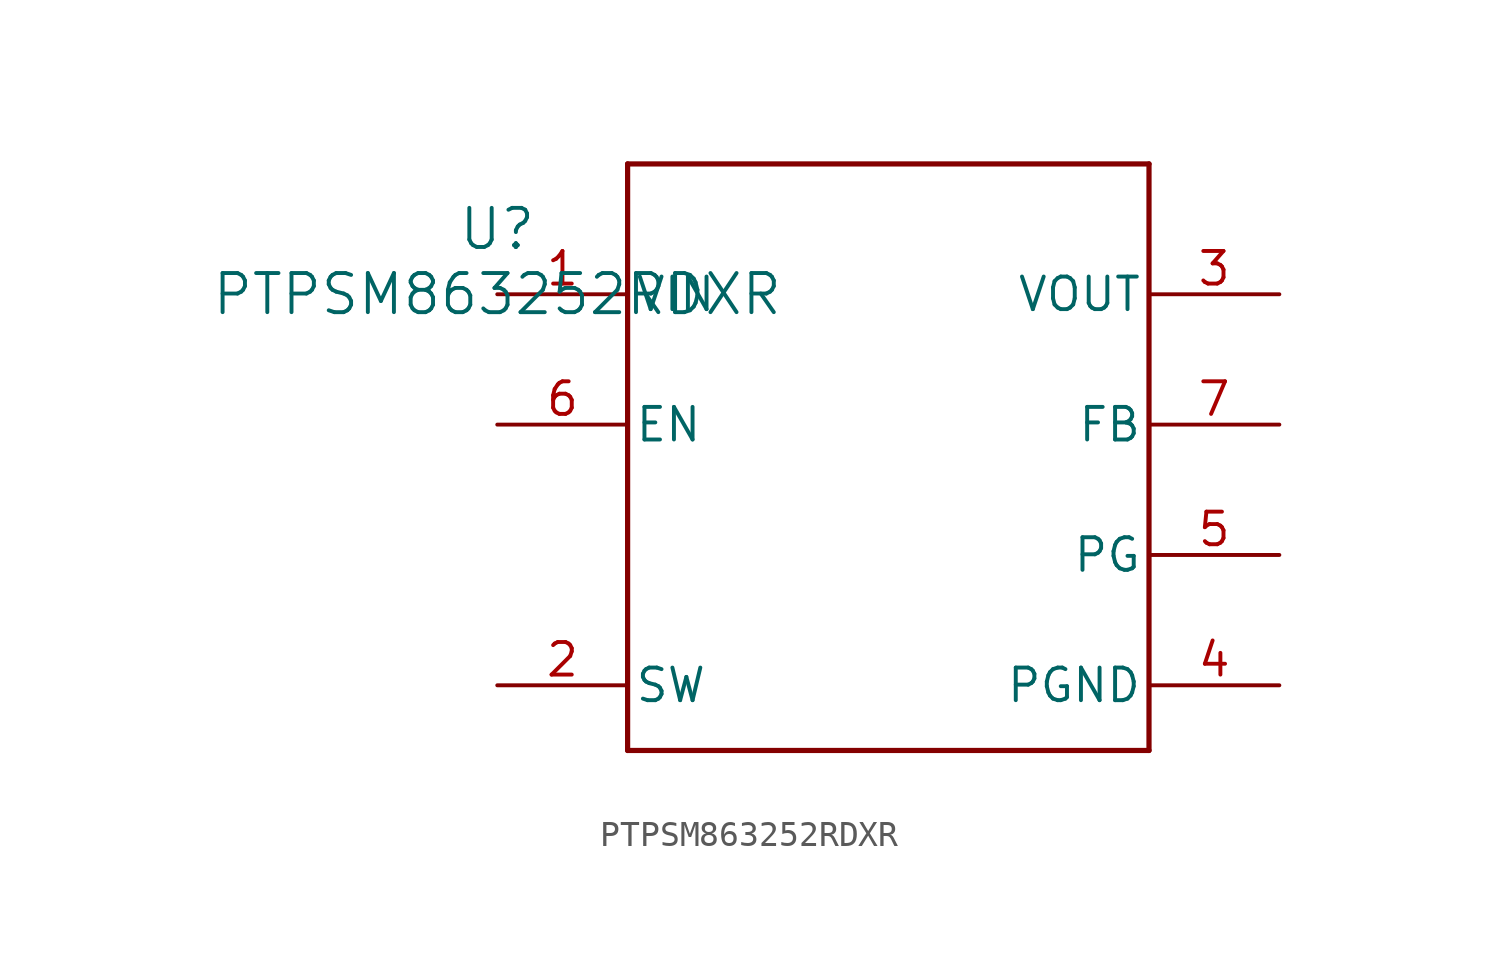
<source format=kicad_sym>
(kicad_symbol_lib
  (version 20211014)
  (generator kicad_symbol_editor)
  (symbol "PTPSM863252RDXR"
    (pin_names
      (offset 0.254))
    (property "Reference" "U"
      (at 0 2.54 0)
      (effects (font (size 1.524 1.524))))
    (property "Value" "PTPSM863252RDXR"
      (at 0 0 0)
      (effects (font (size 1.524 1.524))))
    (symbol "PTPSM863252RDXR_0_1"
      (polyline (pts (xy 5.08 -17.78) (xy 25.4 -17.78)) (stroke (width 0.203) (type default) (color 0 0 0 0)) (fill (type none)))
      (polyline (pts (xy 25.4 -17.78) (xy 25.4 5.08)) (stroke (width 0.203) (type default) (color 0 0 0 0)) (fill (type none)))
      (polyline (pts (xy 25.4 5.08) (xy 5.08 5.08)) (stroke (width 0.203) (type default) (color 0 0 0 0)) (fill (type none)))
      (polyline (pts (xy 5.08 5.08) (xy 5.08 -17.78)) (stroke (width 0.203) (type default) (color 0 0 0 0)) (fill (type none)))
      (pin power_in line (at 0 0 0) (length 5.08) (name "VIN" (effects (font (size 1.27 1.27)))) (number "1" (effects (font (size 1.27 1.27)))))
      (pin unspecified line (at 0 -15.24 0) (length 5.08) (name "SW" (effects (font (size 1.27 1.27)))) (number "2" (effects (font (size 1.27 1.27)))))
      (pin power_in line (at 30.48 0 180) (length 5.08) (name "VOUT" (effects (font (size 1.27 1.27)))) (number "3" (effects (font (size 1.27 1.27)))))
      (pin power_in line (at 30.48 -15.24 180) (length 5.08) (name "PGND" (effects (font (size 1.27 1.27)))) (number "4" (effects (font (size 1.27 1.27)))))
      (pin open_collector line (at 30.48 -10.16 180) (length 5.08) (name "PG" (effects (font (size 1.27 1.27)))) (number "5" (effects (font (size 1.27 1.27)))))
      (pin input line (at 0 -5.08 0) (length 5.08) (name "EN" (effects (font (size 1.27 1.27)))) (number "6" (effects (font (size 1.27 1.27)))))
      (pin unspecified line (at 30.48 -5.08 180) (length 5.08) (name "FB" (effects (font (size 1.27 1.27)))) (number "7" (effects (font (size 1.27 1.27))))))))
</source>
